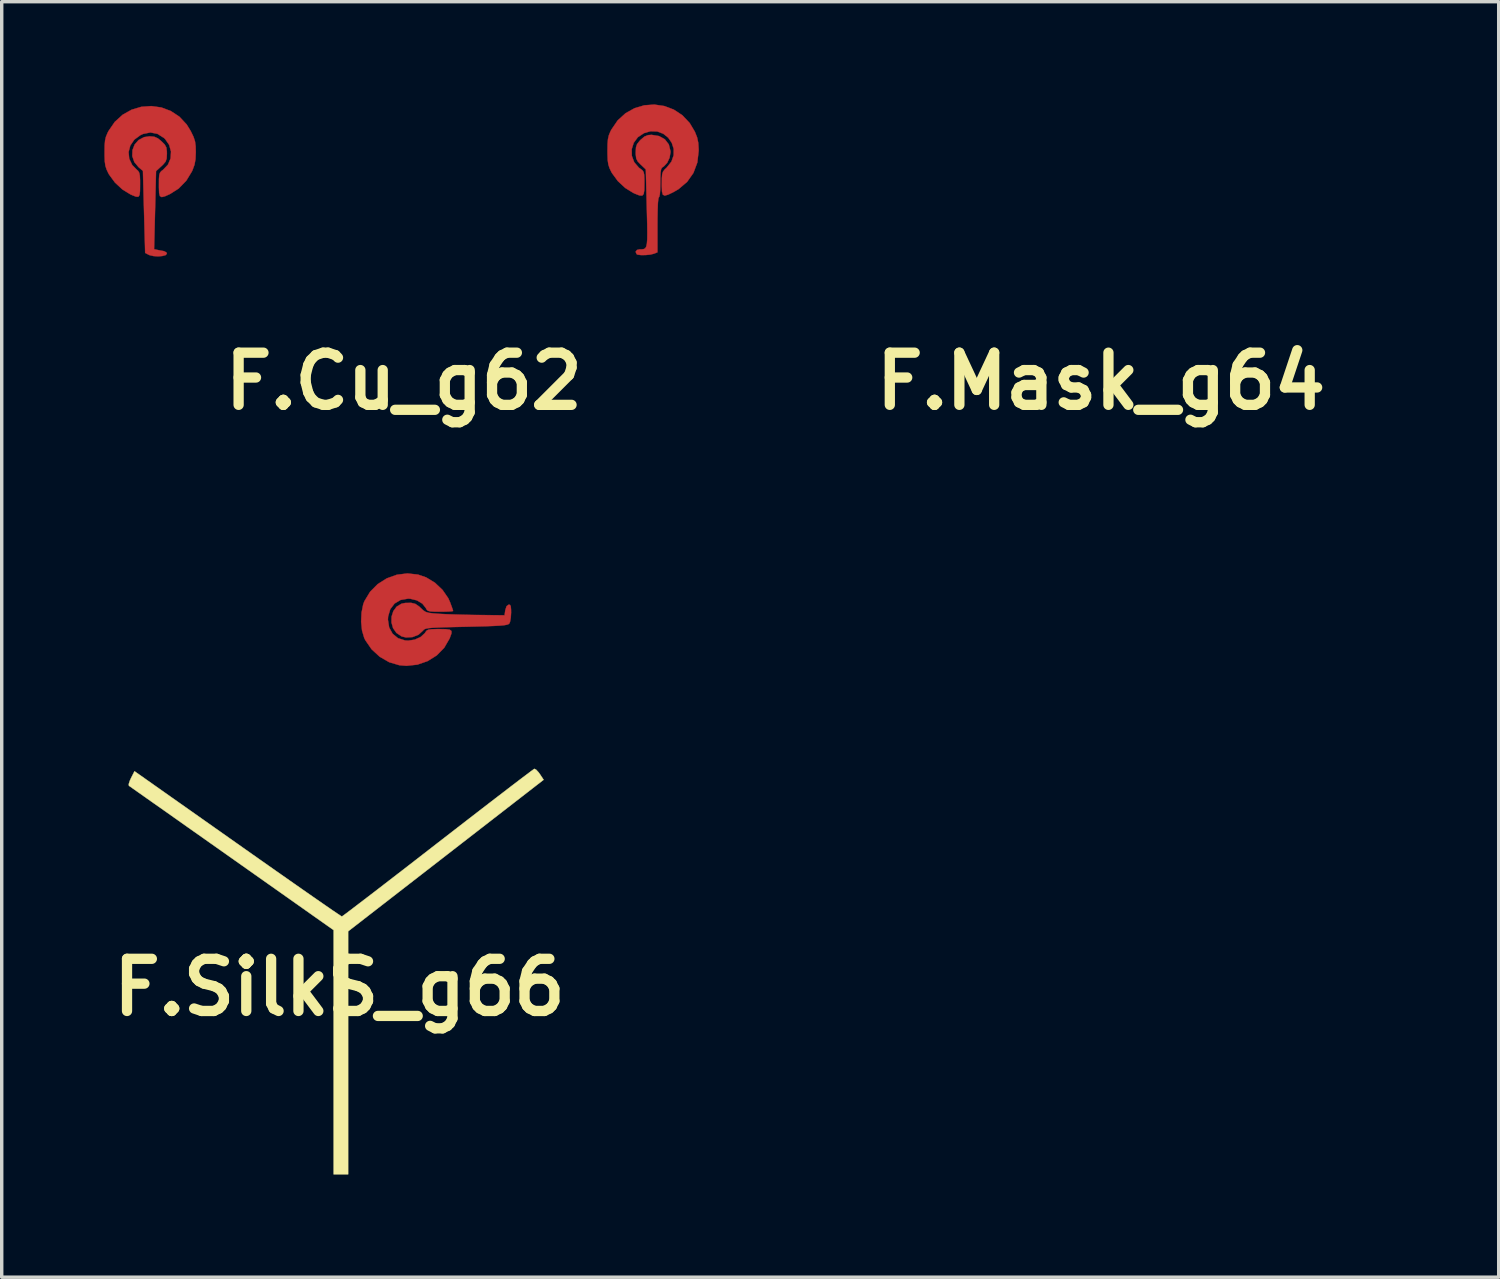
<source format=kicad_pcb>
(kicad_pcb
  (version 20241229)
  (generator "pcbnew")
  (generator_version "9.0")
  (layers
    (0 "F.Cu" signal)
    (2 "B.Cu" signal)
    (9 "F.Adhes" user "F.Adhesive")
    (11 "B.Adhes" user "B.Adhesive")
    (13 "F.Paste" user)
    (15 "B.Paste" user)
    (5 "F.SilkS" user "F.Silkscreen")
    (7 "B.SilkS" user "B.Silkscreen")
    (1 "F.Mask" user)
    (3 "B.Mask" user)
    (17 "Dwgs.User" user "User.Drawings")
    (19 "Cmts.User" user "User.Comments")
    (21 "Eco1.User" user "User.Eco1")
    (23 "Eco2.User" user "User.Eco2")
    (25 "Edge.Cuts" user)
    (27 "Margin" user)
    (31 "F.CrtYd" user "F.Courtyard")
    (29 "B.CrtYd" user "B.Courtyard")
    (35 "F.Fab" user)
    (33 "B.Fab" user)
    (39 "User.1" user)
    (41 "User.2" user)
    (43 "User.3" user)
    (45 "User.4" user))
  (footprint "F.SilkS_g66"
    (layer "F.Cu")
    (at 6.865 25.791)
    (property "Reference" "F.SilkS_g66" (at 0 0 0) (layer "F.SilkS") (effects (font (size 1.524 1.524) (thickness 0.3))))
    (attr through_hole)
    (fp_poly (pts (xy 5.745 -6.359) (xy 5.817 -6.281) (xy 5.854 -6.23) (xy 5.964 -6.064) (xy 0.254 -1.637) (xy 0.254 5.461) (xy -0.169 5.461) (xy -0.169 -1.672) (xy -3.139 -3.768) (xy -3.587 -4.084) (xy -4.015 -4.386) (xy -4.419 -4.67) (xy -4.792 -4.934) (xy -5.131 -5.173) (xy -5.43 -5.383) (xy -5.684 -5.562) (xy -5.888 -5.706) (xy -6.037 -5.811) (xy -6.125 -5.873) (xy -6.149 -5.889) (xy -6.154 -5.938) (xy -6.122 -6.037) (xy -6.087 -6.114) (xy -5.986 -6.313) (xy -2.974 -4.19) (xy -2.524 -3.873) (xy -2.093 -3.57) (xy -1.687 -3.285) (xy -1.31 -3.021) (xy -0.968 -2.782) (xy -0.666 -2.572) (xy -0.409 -2.394) (xy -0.202 -2.251) (xy -0.049 -2.148) (xy 0.044 -2.086) (xy 0.071 -2.07) (xy 0.109 -2.096) (xy 0.209 -2.17) (xy 0.366 -2.289) (xy 0.574 -2.448) (xy 0.83 -2.643) (xy 1.127 -2.871) (xy 1.461 -3.129) (xy 1.827 -3.411) (xy 2.22 -3.715) (xy 2.634 -4.036) (xy 2.875 -4.223) (xy 3.3 -4.552) (xy 3.707 -4.867) (xy 4.089 -5.162) (xy 4.443 -5.435) (xy 4.763 -5.68) (xy 5.044 -5.896) (xy 5.282 -6.077) (xy 5.47 -6.219) (xy 5.604 -6.32) (xy 5.68 -6.375) (xy 5.694 -6.384) (xy 5.745 -6.359)) (stroke (width 0.01) (type solid)) (fill yes) (layer "F.SilkS")))
  (footprint "F.Mask_g64"
    (layer "F.Cu")
    (at 29.11 8.086)
    (property "Reference" "F.Mask_g64" (at 0 0 0) (layer "F.SilkS") (effects (font (size 1.524 1.524) (thickness 0.3))))
    (attr through_hole)
    (fp_poly (pts (xy -7.291 -7.142) (xy -7.184 -7.095) (xy -7.08 -7.009) (xy -6.984 -6.913) (xy -6.937 -6.827) (xy -6.922 -6.712) (xy -6.921 -6.646) (xy -6.928 -6.508) (xy -6.959 -6.415) (xy -7.033 -6.327) (xy -7.08 -6.283) (xy -7.238 -6.138) (xy -7.266 -4.998) (xy -7.295 -3.857) (xy -7.193 -3.835) (xy -7.075 -3.812) (xy -7.006 -3.8) (xy -6.937 -3.764) (xy -6.921 -3.725) (xy -6.959 -3.684) (xy -7.054 -3.658) (xy -7.182 -3.648) (xy -7.315 -3.657) (xy -7.429 -3.684) (xy -7.451 -3.694) (xy -7.556 -3.749) (xy -7.589 -4.947) (xy -7.621 -6.145) (xy -7.745 -6.249) (xy -7.873 -6.403) (xy -7.932 -6.576) (xy -7.926 -6.752) (xy -7.863 -6.914) (xy -7.747 -7.046) (xy -7.585 -7.131) (xy -7.426 -7.154) (xy -7.291 -7.142)) (stroke (width 0.01) (type solid)) (fill yes) (layer "F.Mask"))
    (fp_poly (pts (xy 0.338 6.504) (xy 0.447 6.579) (xy 0.492 6.622) (xy 0.566 6.691) (xy 0.634 6.736) (xy 0.719 6.763) (xy 0.845 6.78) (xy 1.028 6.794) (xy 1.205 6.803) (xy 1.442 6.812) (xy 1.716 6.82) (xy 2.002 6.826) (xy 2.18 6.828) (xy 2.942 6.837) (xy 2.963 6.689) (xy 3.001 6.57) (xy 3.059 6.527) (xy 3.1 6.531) (xy 3.123 6.572) (xy 3.132 6.671) (xy 3.133 6.762) (xy 3.124 6.909) (xy 3.102 7.028) (xy 3.08 7.078) (xy 3.053 7.098) (xy 3.003 7.114) (xy 2.92 7.128) (xy 2.795 7.139) (xy 2.619 7.148) (xy 2.383 7.157) (xy 2.077 7.165) (xy 1.824 7.171) (xy 1.473 7.179) (xy 1.197 7.186) (xy 0.986 7.194) (xy 0.831 7.202) (xy 0.722 7.213) (xy 0.65 7.226) (xy 0.605 7.242) (xy 0.577 7.264) (xy 0.562 7.282) (xy 0.43 7.403) (xy 0.254 7.473) (xy 0.064 7.484) (xy -0.064 7.453) (xy -0.216 7.352) (xy -0.315 7.211) (xy -0.361 7.046) (xy -0.358 6.875) (xy -0.307 6.715) (xy -0.209 6.583) (xy -0.067 6.498) (xy 0.042 6.476) (xy 0.214 6.473) (xy 0.338 6.504)) (stroke (width 0.01) (type solid)) (fill yes) (layer "F.Mask"))
    (fp_poly (pts (xy 7.454 -7.162) (xy 7.625 -7.066) (xy 7.74 -6.916) (xy 7.788 -6.722) (xy 7.789 -6.689) (xy 7.762 -6.529) (xy 7.692 -6.38) (xy 7.595 -6.276) (xy 7.577 -6.265) (xy 7.538 -6.236) (xy 7.514 -6.188) (xy 7.5 -6.103) (xy 7.494 -5.965) (xy 7.493 -5.798) (xy 7.489 -5.602) (xy 7.478 -5.46) (xy 7.46 -5.385) (xy 7.451 -5.376) (xy 7.435 -5.335) (xy 7.422 -5.214) (xy 7.414 -5.019) (xy 7.409 -4.756) (xy 7.408 -4.571) (xy 7.408 -3.766) (xy 7.3 -3.724) (xy 7.194 -3.699) (xy 7.059 -3.686) (xy 6.927 -3.685) (xy 6.83 -3.698) (xy 6.802 -3.711) (xy 6.77 -3.781) (xy 6.811 -3.835) (xy 6.89 -3.853) (xy 6.959 -3.854) (xy 7.013 -3.862) (xy 7.054 -3.887) (xy 7.082 -3.938) (xy 7.1 -4.023) (xy 7.11 -4.152) (xy 7.112 -4.334) (xy 7.109 -4.579) (xy 7.101 -4.895) (xy 7.097 -5.059) (xy 7.068 -6.188) (xy 6.921 -6.327) (xy 6.831 -6.421) (xy 6.788 -6.508) (xy 6.774 -6.627) (xy 6.773 -6.687) (xy 6.781 -6.83) (xy 6.813 -6.927) (xy 6.886 -7.02) (xy 6.917 -7.053) (xy 7.028 -7.147) (xy 7.134 -7.189) (xy 7.237 -7.197) (xy 7.454 -7.162)) (stroke (width 0.01) (type solid)) (fill yes) (layer "F.Mask"))
    (fp_poly (pts (xy 0.415 5.648) (xy 0.651 5.729) (xy 0.908 5.885) (xy 1.13 6.095) (xy 1.298 6.338) (xy 1.352 6.459) (xy 1.399 6.587) (xy 1.431 6.679) (xy 1.439 6.711) (xy 1.4 6.72) (xy 1.295 6.727) (xy 1.144 6.731) (xy 1.065 6.731) (xy 0.885 6.73) (xy 0.772 6.722) (xy 0.705 6.705) (xy 0.668 6.672) (xy 0.643 6.625) (xy 0.541 6.496) (xy 0.383 6.401) (xy 0.191 6.354) (xy 0.127 6.35) (xy -0.094 6.388) (xy -0.271 6.493) (xy -0.396 6.657) (xy -0.459 6.869) (xy -0.465 6.964) (xy -0.429 7.192) (xy -0.328 7.376) (xy -0.17 7.506) (xy 0.035 7.571) (xy 0.127 7.577) (xy 0.319 7.548) (xy 0.49 7.471) (xy 0.613 7.359) (xy 0.634 7.326) (xy 0.666 7.283) (xy 0.718 7.257) (xy 0.809 7.244) (xy 0.959 7.239) (xy 1.039 7.239) (xy 1.226 7.242) (xy 1.34 7.257) (xy 1.391 7.295) (xy 1.391 7.366) (xy 1.35 7.48) (xy 1.336 7.516) (xy 1.179 7.786) (xy 0.961 8.008) (xy 0.696 8.174) (xy 0.396 8.278) (xy 0.075 8.312) (xy -0.13 8.295) (xy -0.428 8.207) (xy -0.705 8.047) (xy -0.942 7.829) (xy -1.124 7.565) (xy -1.157 7.498) (xy -1.221 7.282) (xy -1.247 7.023) (xy -1.235 6.756) (xy -1.186 6.514) (xy -1.152 6.425) (xy -0.985 6.149) (xy -0.762 5.925) (xy -0.498 5.758) (xy -0.204 5.652) (xy 0.105 5.614) (xy 0.415 5.648)) (stroke (width 0.01) (type solid)) (fill yes) (layer "F.Mask"))
    (fp_poly (pts (xy 7.607 -8.039) (xy 7.884 -7.935) (xy 8.135 -7.77) (xy 8.35 -7.542) (xy 8.501 -7.288) (xy 8.566 -7.124) (xy 8.6 -6.965) (xy 8.612 -6.771) (xy 8.612 -6.731) (xy 8.573 -6.39) (xy 8.459 -6.085) (xy 8.274 -5.823) (xy 8.021 -5.609) (xy 7.874 -5.524) (xy 7.719 -5.45) (xy 7.621 -5.422) (xy 7.566 -5.449) (xy 7.541 -5.54) (xy 7.535 -5.705) (xy 7.535 -5.765) (xy 7.537 -5.937) (xy 7.546 -6.048) (xy 7.571 -6.123) (xy 7.618 -6.184) (xy 7.68 -6.243) (xy 7.817 -6.416) (xy 7.882 -6.601) (xy 7.883 -6.788) (xy 7.827 -6.963) (xy 7.723 -7.114) (xy 7.579 -7.229) (xy 7.403 -7.296) (xy 7.203 -7.302) (xy 7.016 -7.248) (xy 6.835 -7.128) (xy 6.715 -6.965) (xy 6.656 -6.778) (xy 6.66 -6.583) (xy 6.729 -6.398) (xy 6.865 -6.239) (xy 6.919 -6.199) (xy 6.972 -6.159) (xy 7.004 -6.109) (xy 7.021 -6.03) (xy 7.027 -5.9) (xy 7.027 -5.774) (xy 7.024 -5.585) (xy 7.006 -5.471) (xy 6.963 -5.422) (xy 6.881 -5.428) (xy 6.75 -5.479) (xy 6.704 -5.5) (xy 6.468 -5.645) (xy 6.251 -5.847) (xy 6.081 -6.079) (xy 6.061 -6.114) (xy 6.006 -6.229) (xy 5.973 -6.335) (xy 5.955 -6.46) (xy 5.949 -6.631) (xy 5.948 -6.731) (xy 5.951 -6.932) (xy 5.963 -7.074) (xy 5.989 -7.186) (xy 6.033 -7.293) (xy 6.061 -7.347) (xy 6.247 -7.62) (xy 6.478 -7.83) (xy 6.74 -7.976) (xy 7.024 -8.06) (xy 7.317 -8.081) (xy 7.607 -8.039)) (stroke (width 0.01) (type solid)) (fill yes) (layer "F.Mask"))
    (fp_poly (pts (xy -7.083 -7.997) (xy -6.807 -7.893) (xy -6.556 -7.728) (xy -6.343 -7.5) (xy -6.224 -7.306) (xy -6.144 -7.141) (xy -6.1 -7.007) (xy -6.081 -6.867) (xy -6.077 -6.694) (xy -6.085 -6.489) (xy -6.114 -6.327) (xy -6.172 -6.169) (xy -6.188 -6.132) (xy -6.356 -5.857) (xy -6.578 -5.629) (xy -6.828 -5.47) (xy -6.976 -5.403) (xy -7.071 -5.379) (xy -7.125 -5.408) (xy -7.148 -5.498) (xy -7.154 -5.659) (xy -7.154 -5.733) (xy -7.153 -5.908) (xy -7.145 -6.02) (xy -7.124 -6.089) (xy -7.084 -6.138) (xy -7.031 -6.178) (xy -6.89 -6.326) (xy -6.813 -6.509) (xy -6.801 -6.709) (xy -6.855 -6.905) (xy -6.974 -7.076) (xy -7.003 -7.104) (xy -7.198 -7.227) (xy -7.404 -7.267) (xy -7.62 -7.223) (xy -7.692 -7.19) (xy -7.873 -7.057) (xy -7.99 -6.886) (xy -8.04 -6.695) (xy -8.022 -6.5) (xy -7.935 -6.317) (xy -7.811 -6.189) (xy -7.759 -6.142) (xy -7.728 -6.087) (xy -7.711 -6.002) (xy -7.705 -5.869) (xy -7.705 -5.741) (xy -7.707 -5.553) (xy -7.72 -5.44) (xy -7.755 -5.389) (xy -7.823 -5.391) (xy -7.934 -5.435) (xy -7.986 -5.458) (xy -8.222 -5.603) (xy -8.439 -5.805) (xy -8.609 -6.037) (xy -8.629 -6.072) (xy -8.683 -6.186) (xy -8.717 -6.292) (xy -8.735 -6.418) (xy -8.741 -6.588) (xy -8.741 -6.689) (xy -8.739 -6.889) (xy -8.727 -7.032) (xy -8.701 -7.143) (xy -8.656 -7.25) (xy -8.629 -7.305) (xy -8.443 -7.576) (xy -8.213 -7.785) (xy -7.951 -7.932) (xy -7.667 -8.016) (xy -7.374 -8.037) (xy -7.083 -7.997)) (stroke (width 0.01) (type solid)) (fill yes) (layer "F.Mask")))
  (footprint "F.Cu_g62"
    (layer "F.Cu")
    (at 8.746 8.086)
    (property "Reference" "F.Cu_g62" (at 0 0 0) (layer "F.SilkS") (effects (font (size 1.524 1.524) (thickness 0.3))))
    (attr through_hole)
    (fp_poly (pts (xy -7.291 -7.142) (xy -7.184 -7.095) (xy -7.08 -7.009) (xy -6.984 -6.913) (xy -6.937 -6.827) (xy -6.922 -6.712) (xy -6.921 -6.646) (xy -6.928 -6.508) (xy -6.959 -6.415) (xy -7.033 -6.327) (xy -7.08 -6.283) (xy -7.238 -6.138) (xy -7.266 -4.998) (xy -7.295 -3.857) (xy -7.193 -3.835) (xy -7.075 -3.812) (xy -7.006 -3.8) (xy -6.937 -3.764) (xy -6.921 -3.725) (xy -6.959 -3.684) (xy -7.054 -3.658) (xy -7.182 -3.648) (xy -7.315 -3.657) (xy -7.429 -3.684) (xy -7.451 -3.694) (xy -7.556 -3.749) (xy -7.589 -4.947) (xy -7.621 -6.145) (xy -7.745 -6.249) (xy -7.873 -6.403) (xy -7.932 -6.576) (xy -7.926 -6.752) (xy -7.863 -6.914) (xy -7.747 -7.046) (xy -7.585 -7.131) (xy -7.426 -7.154) (xy -7.291 -7.142)) (stroke (width 0.01) (type solid)) (fill yes) (layer "F.Cu"))
    (fp_poly (pts (xy 0.338 6.504) (xy 0.447 6.579) (xy 0.492 6.622) (xy 0.566 6.691) (xy 0.634 6.736) (xy 0.719 6.763) (xy 0.845 6.78) (xy 1.028 6.794) (xy 1.205 6.803) (xy 1.442 6.812) (xy 1.716 6.82) (xy 2.002 6.826) (xy 2.18 6.828) (xy 2.942 6.837) (xy 2.963 6.689) (xy 3.001 6.57) (xy 3.059 6.527) (xy 3.1 6.531) (xy 3.123 6.572) (xy 3.132 6.671) (xy 3.133 6.762) (xy 3.124 6.909) (xy 3.102 7.028) (xy 3.08 7.078) (xy 3.053 7.098) (xy 3.003 7.114) (xy 2.92 7.128) (xy 2.795 7.139) (xy 2.619 7.148) (xy 2.383 7.157) (xy 2.077 7.165) (xy 1.824 7.171) (xy 1.473 7.179) (xy 1.197 7.186) (xy 0.986 7.194) (xy 0.831 7.202) (xy 0.722 7.213) (xy 0.65 7.226) (xy 0.605 7.242) (xy 0.577 7.264) (xy 0.562 7.282) (xy 0.43 7.403) (xy 0.254 7.473) (xy 0.064 7.484) (xy -0.064 7.453) (xy -0.216 7.352) (xy -0.315 7.211) (xy -0.361 7.046) (xy -0.358 6.875) (xy -0.307 6.715) (xy -0.209 6.583) (xy -0.067 6.498) (xy 0.042 6.476) (xy 0.214 6.473) (xy 0.338 6.504)) (stroke (width 0.01) (type solid)) (fill yes) (layer "F.Cu"))
    (fp_poly (pts (xy 7.454 -7.162) (xy 7.625 -7.066) (xy 7.74 -6.916) (xy 7.788 -6.722) (xy 7.789 -6.689) (xy 7.762 -6.529) (xy 7.692 -6.38) (xy 7.595 -6.276) (xy 7.577 -6.265) (xy 7.538 -6.236) (xy 7.514 -6.188) (xy 7.5 -6.103) (xy 7.494 -5.965) (xy 7.493 -5.798) (xy 7.489 -5.602) (xy 7.478 -5.46) (xy 7.46 -5.385) (xy 7.451 -5.376) (xy 7.435 -5.335) (xy 7.422 -5.214) (xy 7.414 -5.019) (xy 7.409 -4.756) (xy 7.408 -4.571) (xy 7.408 -3.766) (xy 7.3 -3.724) (xy 7.194 -3.699) (xy 7.059 -3.686) (xy 6.927 -3.685) (xy 6.83 -3.698) (xy 6.802 -3.711) (xy 6.77 -3.781) (xy 6.811 -3.835) (xy 6.89 -3.853) (xy 6.959 -3.854) (xy 7.013 -3.862) (xy 7.054 -3.887) (xy 7.082 -3.938) (xy 7.1 -4.023) (xy 7.11 -4.152) (xy 7.112 -4.334) (xy 7.109 -4.579) (xy 7.101 -4.895) (xy 7.097 -5.059) (xy 7.068 -6.188) (xy 6.921 -6.327) (xy 6.831 -6.421) (xy 6.788 -6.508) (xy 6.774 -6.627) (xy 6.773 -6.687) (xy 6.781 -6.83) (xy 6.813 -6.927) (xy 6.886 -7.02) (xy 6.917 -7.053) (xy 7.028 -7.147) (xy 7.134 -7.189) (xy 7.237 -7.197) (xy 7.454 -7.162)) (stroke (width 0.01) (type solid)) (fill yes) (layer "F.Cu"))
    (fp_poly (pts (xy 0.415 5.648) (xy 0.651 5.729) (xy 0.908 5.885) (xy 1.13 6.095) (xy 1.298 6.338) (xy 1.352 6.459) (xy 1.399 6.587) (xy 1.431 6.679) (xy 1.439 6.711) (xy 1.4 6.72) (xy 1.295 6.727) (xy 1.144 6.731) (xy 1.065 6.731) (xy 0.885 6.73) (xy 0.772 6.722) (xy 0.705 6.705) (xy 0.668 6.672) (xy 0.643 6.625) (xy 0.541 6.496) (xy 0.383 6.401) (xy 0.191 6.354) (xy 0.127 6.35) (xy -0.094 6.388) (xy -0.271 6.493) (xy -0.396 6.657) (xy -0.459 6.869) (xy -0.465 6.964) (xy -0.429 7.192) (xy -0.328 7.376) (xy -0.17 7.506) (xy 0.035 7.571) (xy 0.127 7.577) (xy 0.319 7.548) (xy 0.49 7.471) (xy 0.613 7.359) (xy 0.634 7.326) (xy 0.666 7.283) (xy 0.718 7.257) (xy 0.809 7.244) (xy 0.959 7.239) (xy 1.039 7.239) (xy 1.226 7.242) (xy 1.34 7.257) (xy 1.391 7.295) (xy 1.391 7.366) (xy 1.35 7.48) (xy 1.336 7.516) (xy 1.179 7.786) (xy 0.961 8.008) (xy 0.696 8.174) (xy 0.396 8.278) (xy 0.075 8.312) (xy -0.13 8.295) (xy -0.428 8.207) (xy -0.705 8.047) (xy -0.942 7.829) (xy -1.124 7.565) (xy -1.157 7.498) (xy -1.221 7.282) (xy -1.247 7.023) (xy -1.235 6.756) (xy -1.186 6.514) (xy -1.152 6.425) (xy -0.985 6.149) (xy -0.762 5.925) (xy -0.498 5.758) (xy -0.204 5.652) (xy 0.105 5.614) (xy 0.415 5.648)) (stroke (width 0.01) (type solid)) (fill yes) (layer "F.Cu"))
    (fp_poly (pts (xy 7.607 -8.039) (xy 7.884 -7.935) (xy 8.135 -7.77) (xy 8.35 -7.542) (xy 8.501 -7.288) (xy 8.566 -7.124) (xy 8.6 -6.965) (xy 8.612 -6.771) (xy 8.612 -6.731) (xy 8.573 -6.39) (xy 8.459 -6.085) (xy 8.274 -5.823) (xy 8.021 -5.609) (xy 7.874 -5.524) (xy 7.719 -5.45) (xy 7.621 -5.422) (xy 7.566 -5.449) (xy 7.541 -5.54) (xy 7.535 -5.705) (xy 7.535 -5.765) (xy 7.537 -5.937) (xy 7.546 -6.048) (xy 7.571 -6.123) (xy 7.618 -6.184) (xy 7.68 -6.243) (xy 7.817 -6.416) (xy 7.882 -6.601) (xy 7.883 -6.788) (xy 7.827 -6.963) (xy 7.723 -7.114) (xy 7.579 -7.229) (xy 7.403 -7.296) (xy 7.203 -7.302) (xy 7.016 -7.248) (xy 6.835 -7.128) (xy 6.715 -6.965) (xy 6.656 -6.778) (xy 6.66 -6.583) (xy 6.729 -6.398) (xy 6.865 -6.239) (xy 6.919 -6.199) (xy 6.972 -6.159) (xy 7.004 -6.109) (xy 7.021 -6.03) (xy 7.027 -5.9) (xy 7.027 -5.774) (xy 7.024 -5.585) (xy 7.006 -5.471) (xy 6.963 -5.422) (xy 6.881 -5.428) (xy 6.75 -5.479) (xy 6.704 -5.5) (xy 6.468 -5.645) (xy 6.251 -5.847) (xy 6.081 -6.079) (xy 6.061 -6.114) (xy 6.006 -6.229) (xy 5.973 -6.335) (xy 5.955 -6.46) (xy 5.949 -6.631) (xy 5.948 -6.731) (xy 5.951 -6.932) (xy 5.963 -7.074) (xy 5.989 -7.186) (xy 6.033 -7.293) (xy 6.061 -7.347) (xy 6.247 -7.62) (xy 6.478 -7.83) (xy 6.74 -7.976) (xy 7.024 -8.06) (xy 7.317 -8.081) (xy 7.607 -8.039)) (stroke (width 0.01) (type solid)) (fill yes) (layer "F.Cu"))
    (fp_poly (pts (xy -7.083 -7.997) (xy -6.807 -7.893) (xy -6.556 -7.728) (xy -6.343 -7.5) (xy -6.224 -7.306) (xy -6.144 -7.141) (xy -6.1 -7.007) (xy -6.081 -6.867) (xy -6.077 -6.694) (xy -6.085 -6.489) (xy -6.114 -6.327) (xy -6.172 -6.169) (xy -6.188 -6.132) (xy -6.356 -5.857) (xy -6.578 -5.629) (xy -6.828 -5.47) (xy -6.976 -5.403) (xy -7.071 -5.379) (xy -7.125 -5.408) (xy -7.148 -5.498) (xy -7.154 -5.659) (xy -7.154 -5.733) (xy -7.153 -5.908) (xy -7.145 -6.02) (xy -7.124 -6.089) (xy -7.084 -6.138) (xy -7.031 -6.178) (xy -6.89 -6.326) (xy -6.813 -6.509) (xy -6.801 -6.709) (xy -6.855 -6.905) (xy -6.974 -7.076) (xy -7.003 -7.104) (xy -7.198 -7.227) (xy -7.404 -7.267) (xy -7.62 -7.223) (xy -7.692 -7.19) (xy -7.873 -7.057) (xy -7.99 -6.886) (xy -8.04 -6.695) (xy -8.022 -6.5) (xy -7.935 -6.317) (xy -7.811 -6.189) (xy -7.759 -6.142) (xy -7.728 -6.087) (xy -7.711 -6.002) (xy -7.705 -5.869) (xy -7.705 -5.741) (xy -7.707 -5.553) (xy -7.72 -5.44) (xy -7.755 -5.389) (xy -7.823 -5.391) (xy -7.934 -5.435) (xy -7.986 -5.458) (xy -8.222 -5.603) (xy -8.439 -5.805) (xy -8.609 -6.037) (xy -8.629 -6.072) (xy -8.683 -6.186) (xy -8.717 -6.292) (xy -8.735 -6.418) (xy -8.741 -6.588) (xy -8.741 -6.689) (xy -8.739 -6.889) (xy -8.727 -7.032) (xy -8.701 -7.143) (xy -8.656 -7.25) (xy -8.629 -7.305) (xy -8.443 -7.576) (xy -8.213 -7.785) (xy -7.951 -7.932) (xy -7.667 -8.016) (xy -7.374 -8.037) (xy -7.083 -7.997)) (stroke (width 0.01) (type solid)) (fill yes) (layer "F.Cu")))
  (gr_rect
    (start -3 -3)
    (end 40.727 34.257)
    (stroke (width 0.1) (type default))
    (fill no)
    (layer "Edge.Cuts")))
</source>
